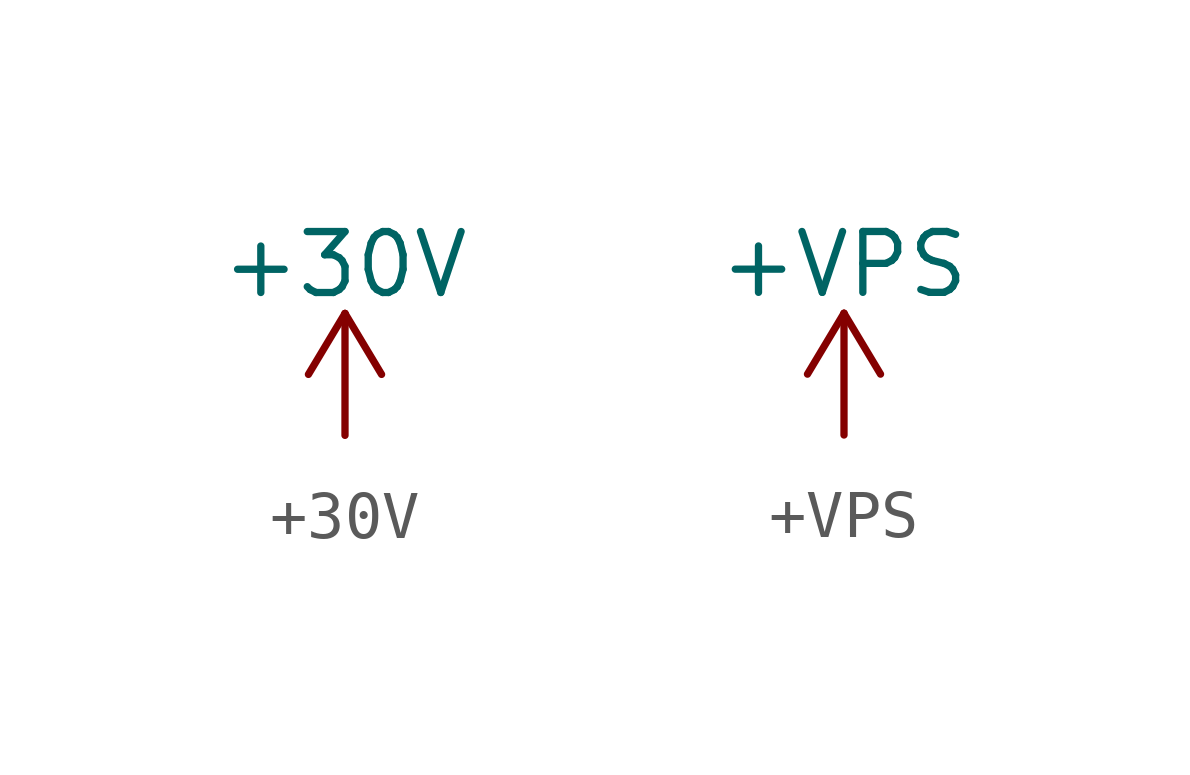
<source format=kicad_sym>
(kicad_symbol_lib
  (version 20231120)
  (generator "kicad_symbol_editor")
  (generator_version "8.0")
  (symbol "+30V"
    (power)
    (pin_names
      (offset 0))
    (property "Reference" "#PWR"
      (at 0 -3.81 0)
      (effects (font (size 1.27 1.27)) (hide yes)))
    (property "Value" "+30V"
      (at 0 3.556 0)
      (effects (font (size 1.27 1.27))))
    (symbol "+30V_0_1"
      (polyline (pts (xy -0.762 1.27) (xy 0 2.54)) (stroke (width 0) (type default)) (fill (type none)))
      (polyline (pts (xy 0 0) (xy 0 2.54)) (stroke (width 0) (type default)) (fill (type none)))
      (polyline (pts (xy 0 2.54) (xy 0.762 1.27)) (stroke (width 0) (type default)) (fill (type none))))
    (symbol "+30V_1_1"
      (pin power_in line (at 0 0 90) (length 0) hide (name "+30V" (effects (font (size 1.27 1.27)))) (number "1" (effects (font (size 1.27 1.27)))))))
  (symbol "+VPS"
    (power)
    (pin_names
      (offset 0))
    (property "Reference" "#PWR"
      (at 0 -3.81 0)
      (effects (font (size 1.27 1.27)) (hide yes)))
    (property "Value" "+VPS"
      (at 0 3.556 0)
      (effects (font (size 1.27 1.27))))
    (symbol "+VPS_0_1"
      (polyline (pts (xy -0.762 1.27) (xy 0 2.54)) (stroke (width 0) (type default)) (fill (type none)))
      (polyline (pts (xy 0 0) (xy 0 2.54)) (stroke (width 0) (type default)) (fill (type none)))
      (polyline (pts (xy 0 2.54) (xy 0.762 1.27)) (stroke (width 0) (type default)) (fill (type none))))
    (symbol "+VPS_1_1"
      (pin power_in line (at 0 0 90) (length 0) hide (name "+VPS" (effects (font (size 1.27 1.27)))) (number "1" (effects (font (size 1.27 1.27))))))))
</source>
